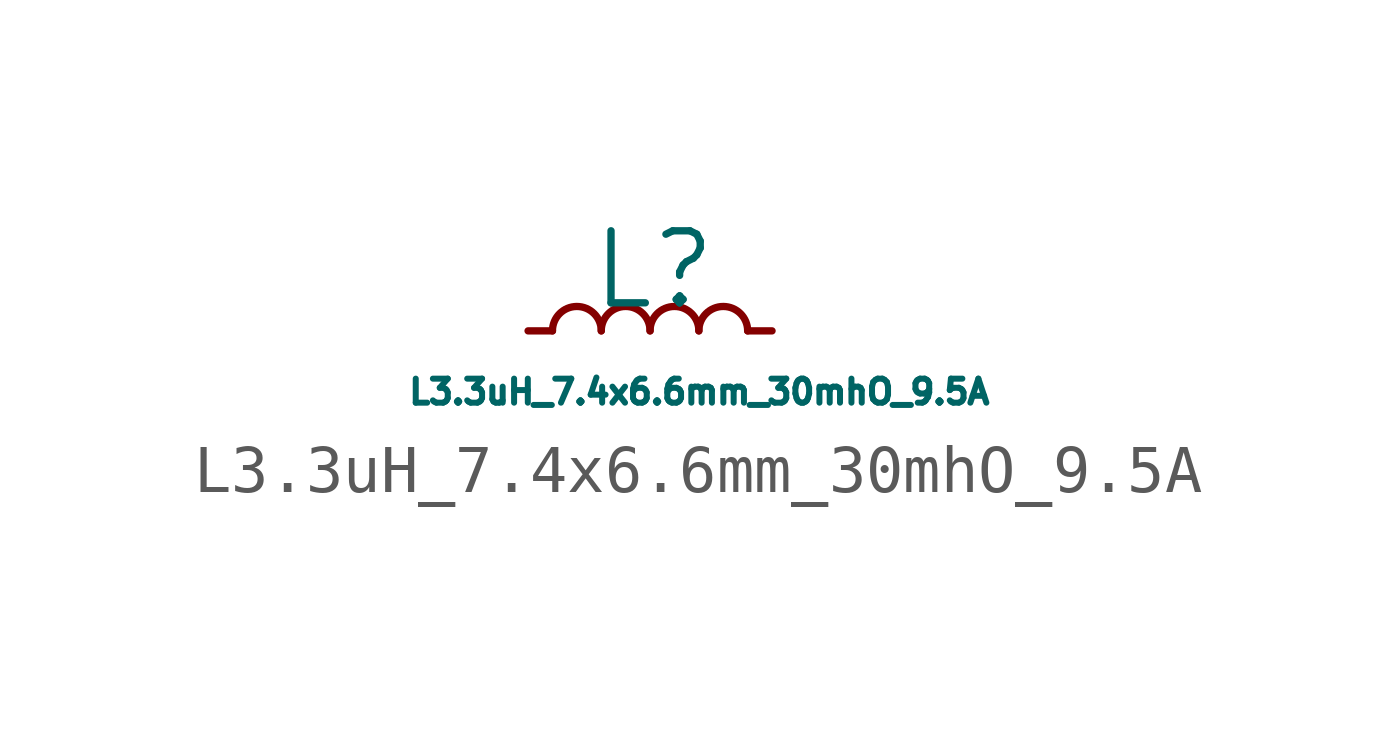
<source format=kicad_sym>
(kicad_symbol_lib
  (version 20211014)
  (generator kicad_symbol_editor)
  (symbol "L3.3uH_7.4x6.6mm_30mhO_9.5A"
    (pin_numbers hide)
    (pin_names
      (offset 0.254) hide)
    (property "Reference" "L"
      (at -1.27 1.27 0)
      (effects (font (size 1.5 1.5)) (justify left)))
    (property "Value" "L3.3uH_7.4x6.6mm_30mhO_9.5A"
      (at -5.08 -1.27 0)
      (effects (font (size 0.5 0.5)) (justify left)))
    (symbol "L3.3uH_7.4x6.6mm_30mhO_9.5A_0_1"
      (arc (start -1.016 0) (mid -1.524 0.508) (end -2.032 0) (stroke (width 0) (type default) (color 0 0 0 0)) (fill (type none)))
      (arc (start 0 0) (mid -0.508 0.508) (end -1.016 0) (stroke (width 0) (type default) (color 0 0 0 0)) (fill (type none)))
      (arc (start 1.016 0) (mid 0.508 0.508) (end 0 0) (stroke (width 0) (type default) (color 0 0 0 0)) (fill (type none)))
      (arc (start 2.032 0) (mid 1.524 0.508) (end 1.016 0) (stroke (width 0) (type default) (color 0 0 0 0)) (fill (type none))))
    (symbol "L3.3uH_7.4x6.6mm_30mhO_9.5A_1_1"
      (pin passive line (at -2.54 0 0) (length 0.508) (name "~" (effects (font (size 1.27 1.27)))) (number "1" (effects (font (size 1.27 1.27)))))
      (pin passive line (at 2.54 0 180) (length 0.508) (name "~" (effects (font (size 1.27 1.27)))) (number "2" (effects (font (size 1.27 1.27))))))))
</source>
